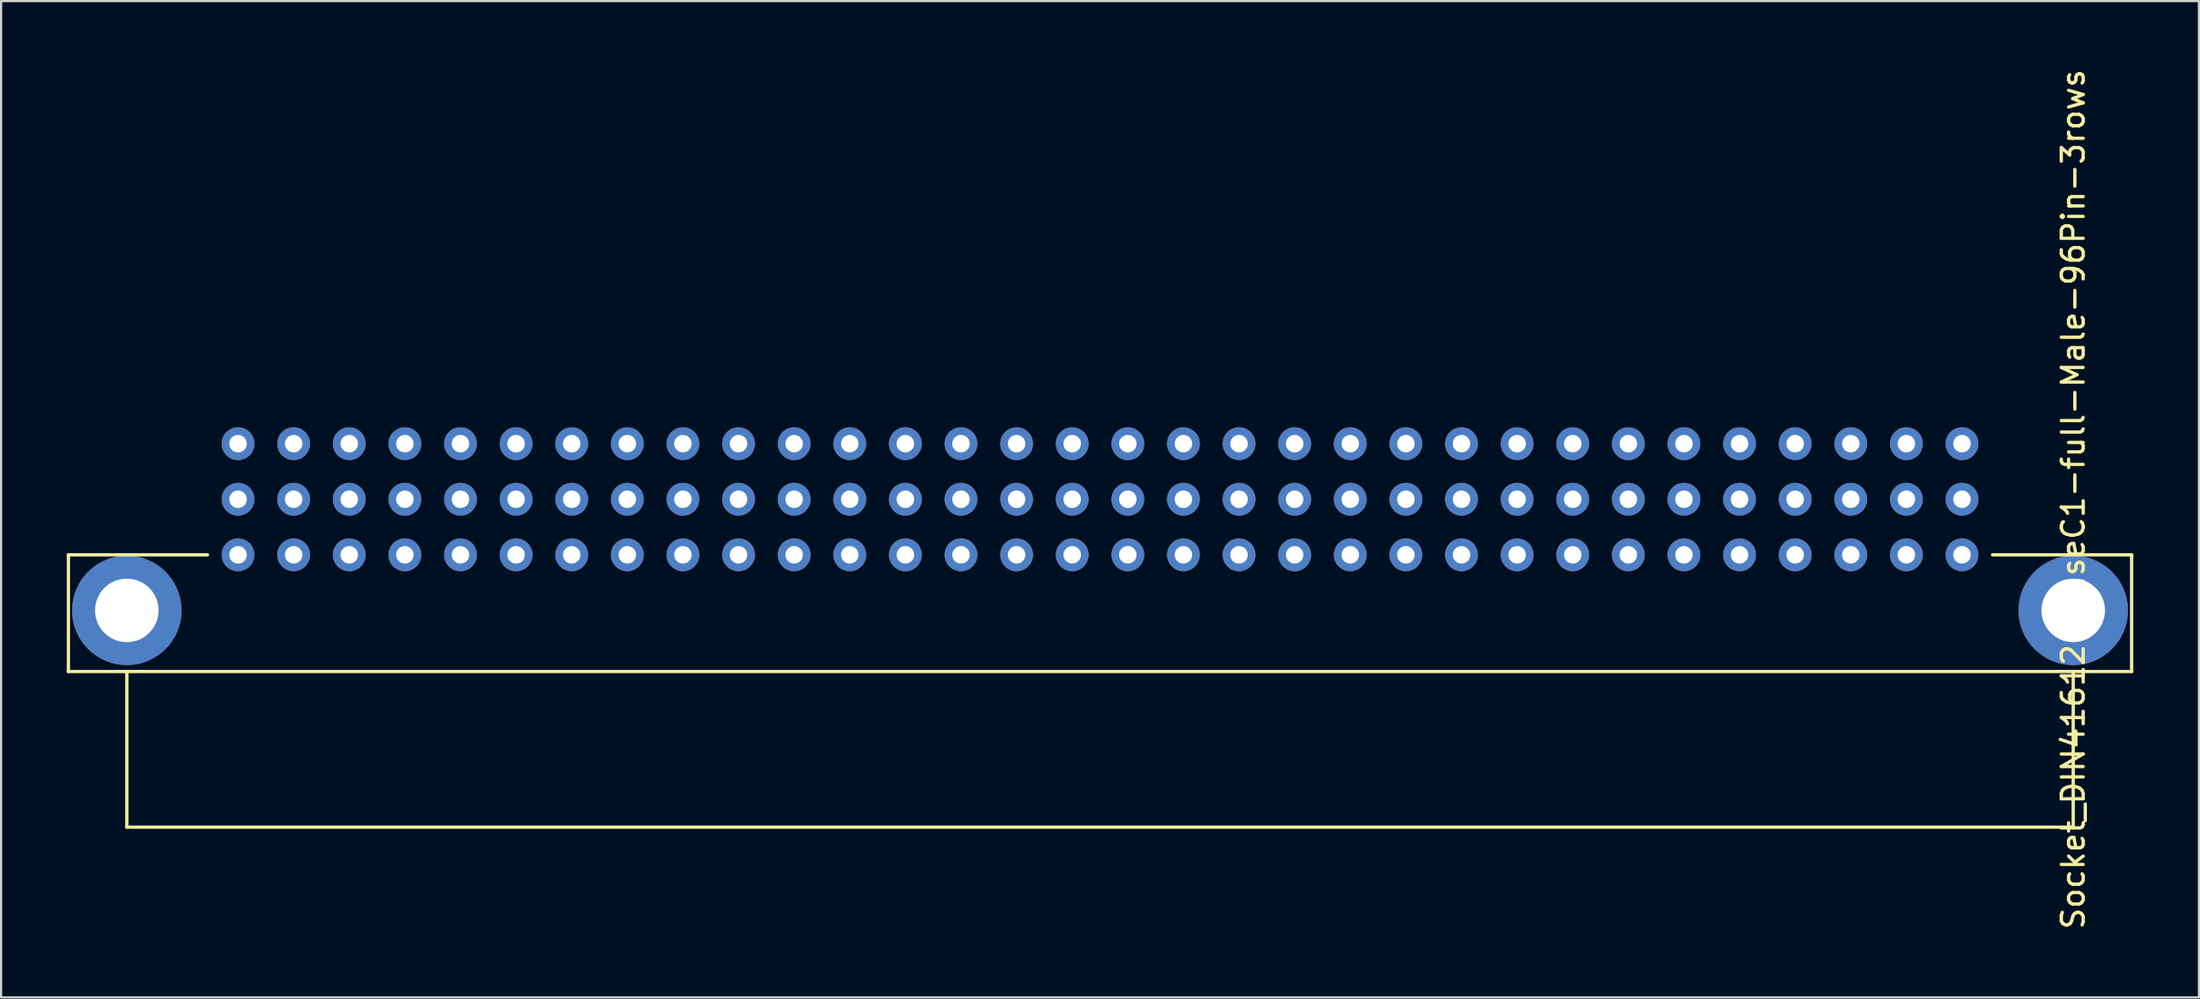
<source format=kicad_pcb>
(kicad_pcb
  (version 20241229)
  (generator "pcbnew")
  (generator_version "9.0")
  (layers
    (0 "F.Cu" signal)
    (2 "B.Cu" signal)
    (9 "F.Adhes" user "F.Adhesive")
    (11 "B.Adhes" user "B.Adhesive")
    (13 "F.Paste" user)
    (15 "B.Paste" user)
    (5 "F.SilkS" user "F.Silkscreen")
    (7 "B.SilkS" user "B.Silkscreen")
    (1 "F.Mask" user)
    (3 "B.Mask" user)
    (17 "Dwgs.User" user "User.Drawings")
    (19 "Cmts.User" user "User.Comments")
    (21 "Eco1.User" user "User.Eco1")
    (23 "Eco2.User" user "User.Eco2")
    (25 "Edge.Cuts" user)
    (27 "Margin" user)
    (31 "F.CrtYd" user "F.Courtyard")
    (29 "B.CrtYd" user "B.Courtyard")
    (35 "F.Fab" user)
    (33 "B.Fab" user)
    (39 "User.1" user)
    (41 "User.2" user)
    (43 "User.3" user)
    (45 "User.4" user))
  (footprint "Socket_DIN41612-CaseC1-full-Male-96Pin-3rows"
    (layer "F.Cu")
    (at 47.192 19.768)
    (property "Reference" "Socket_DIN41612-CaseC1-full-Male-96Pin-3rows" (at 44.45 0 90) (layer "F.SilkS") (effects (font (size 1 1) (thickness 0.15))))
    (attr through_hole)
    (fp_line (start -47.117 2.54) (end -40.767 2.54) (stroke (width 0.15) (type solid)) (layer "F.SilkS"))
    (fp_line (start -47.117 7.874) (end -47.117 2.54) (stroke (width 0.15) (type solid)) (layer "F.SilkS"))
    (fp_line (start -44.45 14.986) (end -44.45 7.874) (stroke (width 0.15) (type solid)) (layer "F.SilkS"))
    (fp_line (start 44.45 7.874) (end 44.45 14.986) (stroke (width 0.15) (type solid)) (layer "F.SilkS"))
    (fp_line (start 44.45 14.986) (end -44.45 14.986) (stroke (width 0.15) (type solid)) (layer "F.SilkS"))
    (fp_line (start 47.117 2.54) (end 40.767 2.54) (stroke (width 0.15) (type solid)) (layer "F.SilkS"))
    (fp_line (start 47.117 2.54) (end 47.117 7.874) (stroke (width 0.15) (type solid)) (layer "F.SilkS"))
    (fp_line (start 47.117 7.874) (end -47.117 7.874) (stroke (width 0.15) (type solid)) (layer "F.SilkS"))
    (pad "A1" thru_hole circle (at 39.37 2.54 180) (size 1.501 1.501) (drill 0.8) (layers "*.Cu" "*.Mask"))
    (pad "A2" thru_hole circle (at 36.83 2.54 180) (size 1.501 1.501) (drill 0.8) (layers "*.Cu" "*.Mask"))
    (pad "A3" thru_hole circle (at 34.29 2.54 180) (size 1.501 1.501) (drill 0.8) (layers "*.Cu" "*.Mask"))
    (pad "A4" thru_hole circle (at 31.75 2.54 180) (size 1.501 1.501) (drill 0.8) (layers "*.Cu" "*.Mask"))
    (pad "A5" thru_hole circle (at 29.21 2.54 180) (size 1.501 1.501) (drill 0.8) (layers "*.Cu" "*.Mask"))
    (pad "A6" thru_hole circle (at 26.67 2.54 180) (size 1.501 1.501) (drill 0.8) (layers "*.Cu" "*.Mask"))
    (pad "A7" thru_hole circle (at 24.13 2.54 180) (size 1.501 1.501) (drill 0.8) (layers "*.Cu" "*.Mask"))
    (pad "A8" thru_hole circle (at 21.59 2.54 180) (size 1.501 1.501) (drill 0.8) (layers "*.Cu" "*.Mask"))
    (pad "A9" thru_hole circle (at 19.05 2.54 180) (size 1.501 1.501) (drill 0.8) (layers "*.Cu" "*.Mask"))
    (pad "A10" thru_hole circle (at 16.51 2.54 180) (size 1.501 1.501) (drill 0.8) (layers "*.Cu" "*.Mask"))
    (pad "A11" thru_hole circle (at 13.97 2.54 180) (size 1.501 1.501) (drill 0.8) (layers "*.Cu" "*.Mask"))
    (pad "A12" thru_hole circle (at 11.43 2.54 180) (size 1.501 1.501) (drill 0.8) (layers "*.Cu" "*.Mask"))
    (pad "A13" thru_hole circle (at 8.89 2.54 180) (size 1.501 1.501) (drill 0.8) (layers "*.Cu" "*.Mask"))
    (pad "A14" thru_hole circle (at 6.35 2.54 180) (size 1.501 1.501) (drill 0.8) (layers "*.Cu" "*.Mask"))
    (pad "A15" thru_hole circle (at 3.81 2.54 180) (size 1.501 1.501) (drill 0.8) (layers "*.Cu" "*.Mask"))
    (pad "A16" thru_hole circle (at 1.27 2.54 180) (size 1.501 1.501) (drill 0.8) (layers "*.Cu" "*.Mask"))
    (pad "A17" thru_hole circle (at -1.27 2.54 180) (size 1.501 1.501) (drill 0.8) (layers "*.Cu" "*.Mask"))
    (pad "A18" thru_hole circle (at -3.81 2.54 180) (size 1.501 1.501) (drill 0.8) (layers "*.Cu" "*.Mask"))
    (pad "A19" thru_hole circle (at -6.35 2.54 180) (size 1.501 1.501) (drill 0.8) (layers "*.Cu" "*.Mask"))
    (pad "A20" thru_hole circle (at -8.89 2.54 180) (size 1.501 1.501) (drill 0.8) (layers "*.Cu" "*.Mask"))
    (pad "A21" thru_hole circle (at -11.43 2.54 180) (size 1.501 1.501) (drill 0.8) (layers "*.Cu" "*.Mask"))
    (pad "A22" thru_hole circle (at -13.97 2.54 180) (size 1.501 1.501) (drill 0.8) (layers "*.Cu" "*.Mask"))
    (pad "A23" thru_hole circle (at -16.51 2.54 180) (size 1.501 1.501) (drill 0.8) (layers "*.Cu" "*.Mask"))
    (pad "A24" thru_hole circle (at -19.05 2.54 180) (size 1.501 1.501) (drill 0.8) (layers "*.Cu" "*.Mask"))
    (pad "A25" thru_hole circle (at -21.59 2.54 180) (size 1.501 1.501) (drill 0.8) (layers "*.Cu" "*.Mask"))
    (pad "A26" thru_hole circle (at -24.13 2.54 180) (size 1.501 1.501) (drill 0.8) (layers "*.Cu" "*.Mask"))
    (pad "A27" thru_hole circle (at -26.67 2.54 180) (size 1.501 1.501) (drill 0.8) (layers "*.Cu" "*.Mask"))
    (pad "A28" thru_hole circle (at -29.21 2.54 180) (size 1.501 1.501) (drill 0.8) (layers "*.Cu" "*.Mask"))
    (pad "A29" thru_hole circle (at -31.75 2.54 180) (size 1.501 1.501) (drill 0.8) (layers "*.Cu" "*.Mask"))
    (pad "A30" thru_hole circle (at -34.29 2.54 180) (size 1.501 1.501) (drill 0.8) (layers "*.Cu" "*.Mask"))
    (pad "A31" thru_hole circle (at -36.83 2.54 180) (size 1.501 1.501) (drill 0.8) (layers "*.Cu" "*.Mask"))
    (pad "A32" thru_hole circle (at -44.45 5.08) (size 5 5) (drill 2.901) (layers "*.Cu" "*.Mask"))
    (pad "A32" thru_hole circle (at -39.37 2.54 180) (size 1.501 1.501) (drill 0.8) (layers "*.Cu" "*.Mask"))
    (pad "A32" thru_hole circle (at 44.45 5.08) (size 5 5) (drill 2.901) (layers "*.Cu" "*.Mask"))
    (pad "B1" thru_hole circle (at 39.37 0 180) (size 1.501 1.501) (drill 0.8) (layers "*.Cu" "*.Mask"))
    (pad "B2" thru_hole circle (at 36.83 0 180) (size 1.501 1.501) (drill 0.8) (layers "*.Cu" "*.Mask"))
    (pad "B3" thru_hole circle (at 34.29 0 180) (size 1.501 1.501) (drill 0.8) (layers "*.Cu" "*.Mask"))
    (pad "B4" thru_hole circle (at 31.75 0 180) (size 1.501 1.501) (drill 0.8) (layers "*.Cu" "*.Mask"))
    (pad "B5" thru_hole circle (at 29.21 0 180) (size 1.501 1.501) (drill 0.8) (layers "*.Cu" "*.Mask"))
    (pad "B6" thru_hole circle (at 26.67 0 180) (size 1.501 1.501) (drill 0.8) (layers "*.Cu" "*.Mask"))
    (pad "B7" thru_hole circle (at 24.13 0 180) (size 1.501 1.501) (drill 0.8) (layers "*.Cu" "*.Mask"))
    (pad "B8" thru_hole circle (at 21.59 0 180) (size 1.501 1.501) (drill 0.8) (layers "*.Cu" "*.Mask"))
    (pad "B9" thru_hole circle (at 19.05 0 180) (size 1.501 1.501) (drill 0.8) (layers "*.Cu" "*.Mask"))
    (pad "B10" thru_hole circle (at 16.51 0 180) (size 1.501 1.501) (drill 0.8) (layers "*.Cu" "*.Mask"))
    (pad "B11" thru_hole circle (at 13.97 0 180) (size 1.501 1.501) (drill 0.8) (layers "*.Cu" "*.Mask"))
    (pad "B12" thru_hole circle (at 11.43 0 180) (size 1.501 1.501) (drill 0.8) (layers "*.Cu" "*.Mask"))
    (pad "B13" thru_hole circle (at 8.89 0 180) (size 1.501 1.501) (drill 0.8) (layers "*.Cu" "*.Mask"))
    (pad "B14" thru_hole circle (at 6.35 0 180) (size 1.501 1.501) (drill 0.8) (layers "*.Cu" "*.Mask"))
    (pad "B15" thru_hole circle (at 3.81 0 180) (size 1.501 1.501) (drill 0.8) (layers "*.Cu" "*.Mask"))
    (pad "B16" thru_hole circle (at 1.27 0 180) (size 1.501 1.501) (drill 0.8) (layers "*.Cu" "*.Mask"))
    (pad "B17" thru_hole circle (at -1.27 0 180) (size 1.501 1.501) (drill 0.8) (layers "*.Cu" "*.Mask"))
    (pad "B18" thru_hole circle (at -3.81 0 180) (size 1.501 1.501) (drill 0.8) (layers "*.Cu" "*.Mask"))
    (pad "B19" thru_hole circle (at -6.35 0 180) (size 1.501 1.501) (drill 0.8) (layers "*.Cu" "*.Mask"))
    (pad "B20" thru_hole circle (at -8.89 0 180) (size 1.501 1.501) (drill 0.8) (layers "*.Cu" "*.Mask"))
    (pad "B21" thru_hole circle (at -11.43 0 180) (size 1.501 1.501) (drill 0.8) (layers "*.Cu" "*.Mask"))
    (pad "B22" thru_hole circle (at -13.97 0 180) (size 1.501 1.501) (drill 0.8) (layers "*.Cu" "*.Mask"))
    (pad "B23" thru_hole circle (at -16.51 0 180) (size 1.501 1.501) (drill 0.8) (layers "*.Cu" "*.Mask"))
    (pad "B24" thru_hole circle (at -19.05 0 180) (size 1.501 1.501) (drill 0.8) (layers "*.Cu" "*.Mask"))
    (pad "B25" thru_hole circle (at -21.59 0 180) (size 1.501 1.501) (drill 0.8) (layers "*.Cu" "*.Mask"))
    (pad "B26" thru_hole circle (at -24.13 0 180) (size 1.501 1.501) (drill 0.8) (layers "*.Cu" "*.Mask"))
    (pad "B27" thru_hole circle (at -26.67 0 180) (size 1.501 1.501) (drill 0.8) (layers "*.Cu" "*.Mask"))
    (pad "B28" thru_hole circle (at -29.21 0 180) (size 1.501 1.501) (drill 0.8) (layers "*.Cu" "*.Mask"))
    (pad "B29" thru_hole circle (at -31.75 0 180) (size 1.501 1.501) (drill 0.8) (layers "*.Cu" "*.Mask"))
    (pad "B30" thru_hole circle (at -34.29 0 180) (size 1.501 1.501) (drill 0.8) (layers "*.Cu" "*.Mask"))
    (pad "B31" thru_hole circle (at -36.83 0 180) (size 1.501 1.501) (drill 0.8) (layers "*.Cu" "*.Mask"))
    (pad "B32" thru_hole circle (at -39.37 0 180) (size 1.501 1.501) (drill 0.8) (layers "*.Cu" "*.Mask"))
    (pad "C1" thru_hole circle (at 39.37 -2.54 180) (size 1.501 1.501) (drill 0.8) (layers "*.Cu" "*.Mask"))
    (pad "C2" thru_hole circle (at 36.83 -2.54 180) (size 1.501 1.501) (drill 0.8) (layers "*.Cu" "*.Mask"))
    (pad "C3" thru_hole circle (at 34.29 -2.54 180) (size 1.501 1.501) (drill 0.8) (layers "*.Cu" "*.Mask"))
    (pad "C4" thru_hole circle (at 31.75 -2.54 180) (size 1.501 1.501) (drill 0.8) (layers "*.Cu" "*.Mask"))
    (pad "C5" thru_hole circle (at 29.21 -2.54 180) (size 1.501 1.501) (drill 0.8) (layers "*.Cu" "*.Mask"))
    (pad "C6" thru_hole circle (at 26.67 -2.54 180) (size 1.501 1.501) (drill 0.8) (layers "*.Cu" "*.Mask"))
    (pad "C7" thru_hole circle (at 24.13 -2.54 180) (size 1.501 1.501) (drill 0.8) (layers "*.Cu" "*.Mask"))
    (pad "C8" thru_hole circle (at 21.59 -2.54 180) (size 1.501 1.501) (drill 0.8) (layers "*.Cu" "*.Mask"))
    (pad "C9" thru_hole circle (at 19.05 -2.54 180) (size 1.501 1.501) (drill 0.8) (layers "*.Cu" "*.Mask"))
    (pad "C10" thru_hole circle (at 16.51 -2.54 180) (size 1.501 1.501) (drill 0.8) (layers "*.Cu" "*.Mask"))
    (pad "C11" thru_hole circle (at 13.97 -2.54 180) (size 1.501 1.501) (drill 0.8) (layers "*.Cu" "*.Mask"))
    (pad "C12" thru_hole circle (at 11.43 -2.54 180) (size 1.501 1.501) (drill 0.8) (layers "*.Cu" "*.Mask"))
    (pad "C13" thru_hole circle (at 8.89 -2.54 180) (size 1.501 1.501) (drill 0.8) (layers "*.Cu" "*.Mask"))
    (pad "C14" thru_hole circle (at 6.35 -2.54 180) (size 1.501 1.501) (drill 0.8) (layers "*.Cu" "*.Mask"))
    (pad "C15" thru_hole circle (at 3.81 -2.54 180) (size 1.501 1.501) (drill 0.8) (layers "*.Cu" "*.Mask"))
    (pad "C16" thru_hole circle (at 1.27 -2.54 180) (size 1.501 1.501) (drill 0.8) (layers "*.Cu" "*.Mask"))
    (pad "C17" thru_hole circle (at -1.27 -2.54 180) (size 1.501 1.501) (drill 0.8) (layers "*.Cu" "*.Mask"))
    (pad "C18" thru_hole circle (at -3.81 -2.54 180) (size 1.501 1.501) (drill 0.8) (layers "*.Cu" "*.Mask"))
    (pad "C19" thru_hole circle (at -6.35 -2.54 180) (size 1.501 1.501) (drill 0.8) (layers "*.Cu" "*.Mask"))
    (pad "C20" thru_hole circle (at -8.89 -2.54 180) (size 1.501 1.501) (drill 0.8) (layers "*.Cu" "*.Mask"))
    (pad "C21" thru_hole circle (at -11.43 -2.54 180) (size 1.501 1.501) (drill 0.8) (layers "*.Cu" "*.Mask"))
    (pad "C22" thru_hole circle (at -13.97 -2.54 180) (size 1.501 1.501) (drill 0.8) (layers "*.Cu" "*.Mask"))
    (pad "C23" thru_hole circle (at -16.51 -2.54 180) (size 1.501 1.501) (drill 0.8) (layers "*.Cu" "*.Mask"))
    (pad "C24" thru_hole circle (at -19.05 -2.54 180) (size 1.501 1.501) (drill 0.8) (layers "*.Cu" "*.Mask"))
    (pad "C25" thru_hole circle (at -21.59 -2.54 180) (size 1.501 1.501) (drill 0.8) (layers "*.Cu" "*.Mask"))
    (pad "C26" thru_hole circle (at -24.13 -2.54 180) (size 1.501 1.501) (drill 0.8) (layers "*.Cu" "*.Mask"))
    (pad "C27" thru_hole circle (at -26.67 -2.54 180) (size 1.501 1.501) (drill 0.8) (layers "*.Cu" "*.Mask"))
    (pad "C28" thru_hole circle (at -29.21 -2.54 180) (size 1.501 1.501) (drill 0.8) (layers "*.Cu" "*.Mask"))
    (pad "C29" thru_hole circle (at -31.75 -2.54 180) (size 1.501 1.501) (drill 0.8) (layers "*.Cu" "*.Mask"))
    (pad "C30" thru_hole circle (at -34.29 -2.54 180) (size 1.501 1.501) (drill 0.8) (layers "*.Cu" "*.Mask"))
    (pad "C31" thru_hole circle (at -36.83 -2.54 180) (size 1.501 1.501) (drill 0.8) (layers "*.Cu" "*.Mask"))
    (pad "C32" thru_hole circle (at -39.37 -2.54 180) (size 1.501 1.501) (drill 0.8) (layers "*.Cu" "*.Mask")))
  (gr_rect
    (start -3 -3)
    (end 97.384 42.536)
    (stroke (width 0.1) (type default))
    (fill no)
    (layer "Edge.Cuts")))
</source>
